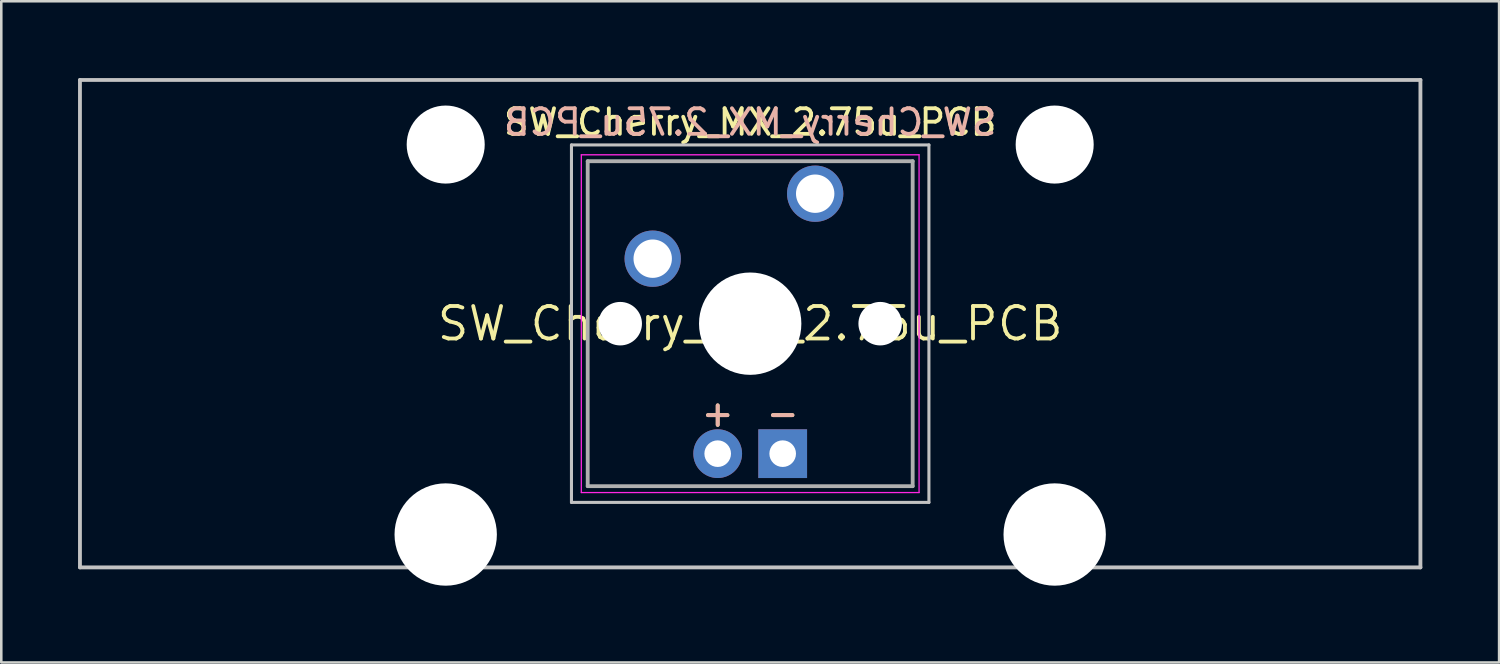
<source format=kicad_pcb>
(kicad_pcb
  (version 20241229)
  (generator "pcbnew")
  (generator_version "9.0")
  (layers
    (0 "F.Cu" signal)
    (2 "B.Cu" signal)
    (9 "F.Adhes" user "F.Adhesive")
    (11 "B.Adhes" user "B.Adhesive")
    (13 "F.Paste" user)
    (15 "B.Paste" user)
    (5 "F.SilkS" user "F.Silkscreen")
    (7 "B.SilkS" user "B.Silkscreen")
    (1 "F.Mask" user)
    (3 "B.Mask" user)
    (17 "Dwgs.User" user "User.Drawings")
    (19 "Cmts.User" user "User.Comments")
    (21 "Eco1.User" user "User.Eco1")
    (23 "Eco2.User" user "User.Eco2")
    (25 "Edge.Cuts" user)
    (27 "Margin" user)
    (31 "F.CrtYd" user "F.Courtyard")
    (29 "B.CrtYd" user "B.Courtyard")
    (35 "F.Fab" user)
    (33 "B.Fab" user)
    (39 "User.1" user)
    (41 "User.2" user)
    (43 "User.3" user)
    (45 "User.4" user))
  (footprint "SW_Cherry_MX_2.75u_PCB"
    (layer "F.Cu")
    (at 26.269 9.6)
    (property "Reference" "SW_Cherry_MX_2.75u_PCB" (at 0 0 0) (layer "F.SilkS") (effects (font (size 1.27 1.27) (thickness 0.15))))
    (attr through_hole)
    (fp_line (start -26.194 -9.525) (end 26.194 -9.525) (stroke (width 0.15) (type solid)) (layer "Dwgs.User"))
    (fp_line (start -26.194 9.525) (end -26.194 -9.525) (stroke (width 0.15) (type solid)) (layer "Dwgs.User"))
    (fp_line (start -6.985 -6.985) (end 6.985 -6.985) (stroke (width 0.12) (type solid)) (layer "Dwgs.User"))
    (fp_line (start -6.985 6.985) (end -6.985 -6.985) (stroke (width 0.12) (type solid)) (layer "Dwgs.User"))
    (fp_line (start 6.985 -6.985) (end 6.985 6.985) (stroke (width 0.12) (type solid)) (layer "Dwgs.User"))
    (fp_line (start 6.985 6.985) (end -6.985 6.985) (stroke (width 0.12) (type solid)) (layer "Dwgs.User"))
    (fp_line (start 26.194 -9.525) (end 26.194 9.525) (stroke (width 0.15) (type solid)) (layer "Dwgs.User"))
    (fp_line (start 26.194 9.525) (end -26.194 9.525) (stroke (width 0.15) (type solid)) (layer "Dwgs.User"))
    (fp_line (start -16.129 -2.286) (end -15.265 -2.286) (stroke (width 0.05) (type solid)) (layer "Eco1.User"))
    (fp_line (start -16.129 0.508) (end -16.129 -2.286) (stroke (width 0.05) (type solid)) (layer "Eco1.User"))
    (fp_line (start -15.265 -5.69) (end -8.611 -5.69) (stroke (width 0.05) (type solid)) (layer "Eco1.User"))
    (fp_line (start -15.265 -2.286) (end -15.265 -5.69) (stroke (width 0.05) (type solid)) (layer "Eco1.User"))
    (fp_line (start -15.265 0.508) (end -16.129 0.508) (stroke (width 0.05) (type solid)) (layer "Eco1.User"))
    (fp_line (start -15.265 6.604) (end -15.265 0.508) (stroke (width 0.05) (type solid)) (layer "Eco1.User"))
    (fp_line (start -14.224 6.604) (end -15.265 6.604) (stroke (width 0.05) (type solid)) (layer "Eco1.User"))
    (fp_line (start -14.224 7.772) (end -14.224 6.604) (stroke (width 0.05) (type solid)) (layer "Eco1.User"))
    (fp_line (start -9.652 6.604) (end -9.652 7.772) (stroke (width 0.05) (type solid)) (layer "Eco1.User"))
    (fp_line (start -9.652 7.772) (end -14.224 7.772) (stroke (width 0.05) (type solid)) (layer "Eco1.User"))
    (fp_line (start -8.611 -5.69) (end -8.611 -4.877) (stroke (width 0.05) (type solid)) (layer "Eco1.User"))
    (fp_line (start -8.611 -4.877) (end -6.985 -4.877) (stroke (width 0.05) (type solid)) (layer "Eco1.User"))
    (fp_line (start -8.611 5.817) (end -8.611 6.604) (stroke (width 0.05) (type solid)) (layer "Eco1.User"))
    (fp_line (start -8.611 6.604) (end -9.652 6.604) (stroke (width 0.05) (type solid)) (layer "Eco1.User"))
    (fp_line (start -6.985 -6.985) (end 6.985 -6.985) (stroke (width 0.05) (type solid)) (layer "Eco1.User"))
    (fp_line (start -6.985 -4.877) (end -6.985 -6.985) (stroke (width 0.05) (type solid)) (layer "Eco1.User"))
    (fp_line (start -6.985 5.817) (end -8.611 5.817) (stroke (width 0.05) (type solid)) (layer "Eco1.User"))
    (fp_line (start -6.985 6.985) (end -6.985 5.817) (stroke (width 0.05) (type solid)) (layer "Eco1.User"))
    (fp_line (start 6.985 -6.985) (end 6.985 -4.877) (stroke (width 0.05) (type solid)) (layer "Eco1.User"))
    (fp_line (start 6.985 -4.877) (end 8.611 -4.877) (stroke (width 0.05) (type solid)) (layer "Eco1.User"))
    (fp_line (start 6.985 5.817) (end 6.985 6.985) (stroke (width 0.05) (type solid)) (layer "Eco1.User"))
    (fp_line (start 6.985 6.985) (end -6.985 6.985) (stroke (width 0.05) (type solid)) (layer "Eco1.User"))
    (fp_line (start 8.611 -5.69) (end 15.265 -5.69) (stroke (width 0.05) (type solid)) (layer "Eco1.User"))
    (fp_line (start 8.611 -4.877) (end 8.611 -5.69) (stroke (width 0.05) (type solid)) (layer "Eco1.User"))
    (fp_line (start 8.611 5.817) (end 6.985 5.817) (stroke (width 0.05) (type solid)) (layer "Eco1.User"))
    (fp_line (start 8.611 6.604) (end 8.611 5.817) (stroke (width 0.05) (type solid)) (layer "Eco1.User"))
    (fp_line (start 9.652 6.604) (end 8.611 6.604) (stroke (width 0.05) (type solid)) (layer "Eco1.User"))
    (fp_line (start 9.652 7.772) (end 9.652 6.604) (stroke (width 0.05) (type solid)) (layer "Eco1.User"))
    (fp_line (start 14.224 6.604) (end 14.224 7.772) (stroke (width 0.05) (type solid)) (layer "Eco1.User"))
    (fp_line (start 14.224 7.772) (end 9.652 7.772) (stroke (width 0.05) (type solid)) (layer "Eco1.User"))
    (fp_line (start 15.265 -5.69) (end 15.265 -2.286) (stroke (width 0.05) (type solid)) (layer "Eco1.User"))
    (fp_line (start 15.265 -2.286) (end 16.129 -2.286) (stroke (width 0.05) (type solid)) (layer "Eco1.User"))
    (fp_line (start 15.265 0.508) (end 15.265 6.604) (stroke (width 0.05) (type solid)) (layer "Eco1.User"))
    (fp_line (start 15.265 6.604) (end 14.224 6.604) (stroke (width 0.05) (type solid)) (layer "Eco1.User"))
    (fp_line (start 16.129 -2.286) (end 16.129 0.508) (stroke (width 0.05) (type solid)) (layer "Eco1.User"))
    (fp_line (start 16.129 0.508) (end 15.265 0.508) (stroke (width 0.05) (type solid)) (layer "Eco1.User"))
    (fp_line (start -6.6 -6.6) (end 6.6 -6.6) (stroke (width 0.05) (type solid)) (layer "F.CrtYd"))
    (fp_line (start -6.6 6.6) (end -6.6 -6.6) (stroke (width 0.05) (type solid)) (layer "F.CrtYd"))
    (fp_line (start 6.6 -6.6) (end 6.6 6.6) (stroke (width 0.05) (type solid)) (layer "F.CrtYd"))
    (fp_line (start 6.6 6.6) (end -6.6 6.6) (stroke (width 0.05) (type solid)) (layer "F.CrtYd"))
    (fp_line (start -6.35 -6.35) (end 6.35 -6.35) (stroke (width 0.15) (type solid)) (layer "F.Fab"))
    (fp_line (start -6.35 6.35) (end -6.35 -6.35) (stroke (width 0.15) (type solid)) (layer "F.Fab"))
    (fp_line (start 6.35 -6.35) (end 6.35 6.35) (stroke (width 0.15) (type solid)) (layer "F.Fab"))
    (fp_line (start 6.35 6.35) (end -6.35 6.35) (stroke (width 0.15) (type solid)) (layer "F.Fab"))
    (fp_text user "${REFERENCE}" (at 0 -7.874 0) (layer "F.SilkS") (effects (font (size 1 1) (thickness 0.15))))
    (fp_text user "+" (at -1.27 3.5 0) (layer "F.SilkS") (effects (font (size 1 1) (thickness 0.15))))
    (fp_text user "-" (at 1.27 3.5 0) (layer "F.SilkS") (effects (font (size 1 1) (thickness 0.15))))
    (fp_text user "+" (at -1.27 3.5 0) (layer "B.SilkS") (effects (font (size 1 1) (thickness 0.15))))
    (fp_text user "-" (at 1.27 3.5 0) (layer "B.SilkS") (effects (font (size 1 1) (thickness 0.15))))
    (fp_text user "${REFERENCE}" (at 0 -7.874 0) (layer "B.SilkS") (effects (font (size 1 1) (thickness 0.15)) (justify mirror)))
    (pad "" np_thru_hole circle (at -11.9 -7) (size 3.05 3.05) (drill 3.05) (layers "*.Cu" "*.Mask"))
    (pad "" np_thru_hole circle (at -11.9 8.24) (size 4 4) (drill 4) (layers "*.Cu" "*.Mask"))
    (pad "" np_thru_hole circle (at -5.08 0) (size 1.7 1.7) (drill 1.7) (layers "*.Cu" "*.Mask"))
    (pad "" np_thru_hole circle (at 0 0) (size 4 4) (drill 4) (layers "*.Cu" "*.Mask"))
    (pad "" np_thru_hole circle (at 5.08 0) (size 1.7 1.7) (drill 1.7) (layers "*.Cu" "*.Mask"))
    (pad "" np_thru_hole circle (at 11.9 -7) (size 3.05 3.05) (drill 3.05) (layers "*.Cu" "*.Mask"))
    (pad "" np_thru_hole circle (at 11.9 8.24) (size 4 4) (drill 4) (layers "*.Cu" "*.Mask"))
    (pad "1" thru_hole circle (at 2.54 -5.08) (size 2.2 2.2) (drill 1.5) (layers "*.Cu" "*.Mask"))
    (pad "2" thru_hole circle (at -3.81 -2.54) (size 2.2 2.2) (drill 1.5) (layers "*.Cu" "*.Mask"))
    (pad "3" thru_hole circle (at -1.27 5.08) (size 1.905 1.905) (drill 1.04) (layers "*.Cu" "*.Mask"))
    (pad "4" thru_hole rect (at 1.27 5.08) (size 1.905 1.905) (drill 1.04) (layers "*.Cu" "*.Mask")))
  (gr_rect
    (start -3 -3)
    (end 55.538 22.84)
    (stroke (width 0.1) (type default))
    (fill no)
    (layer "Edge.Cuts")))
</source>
